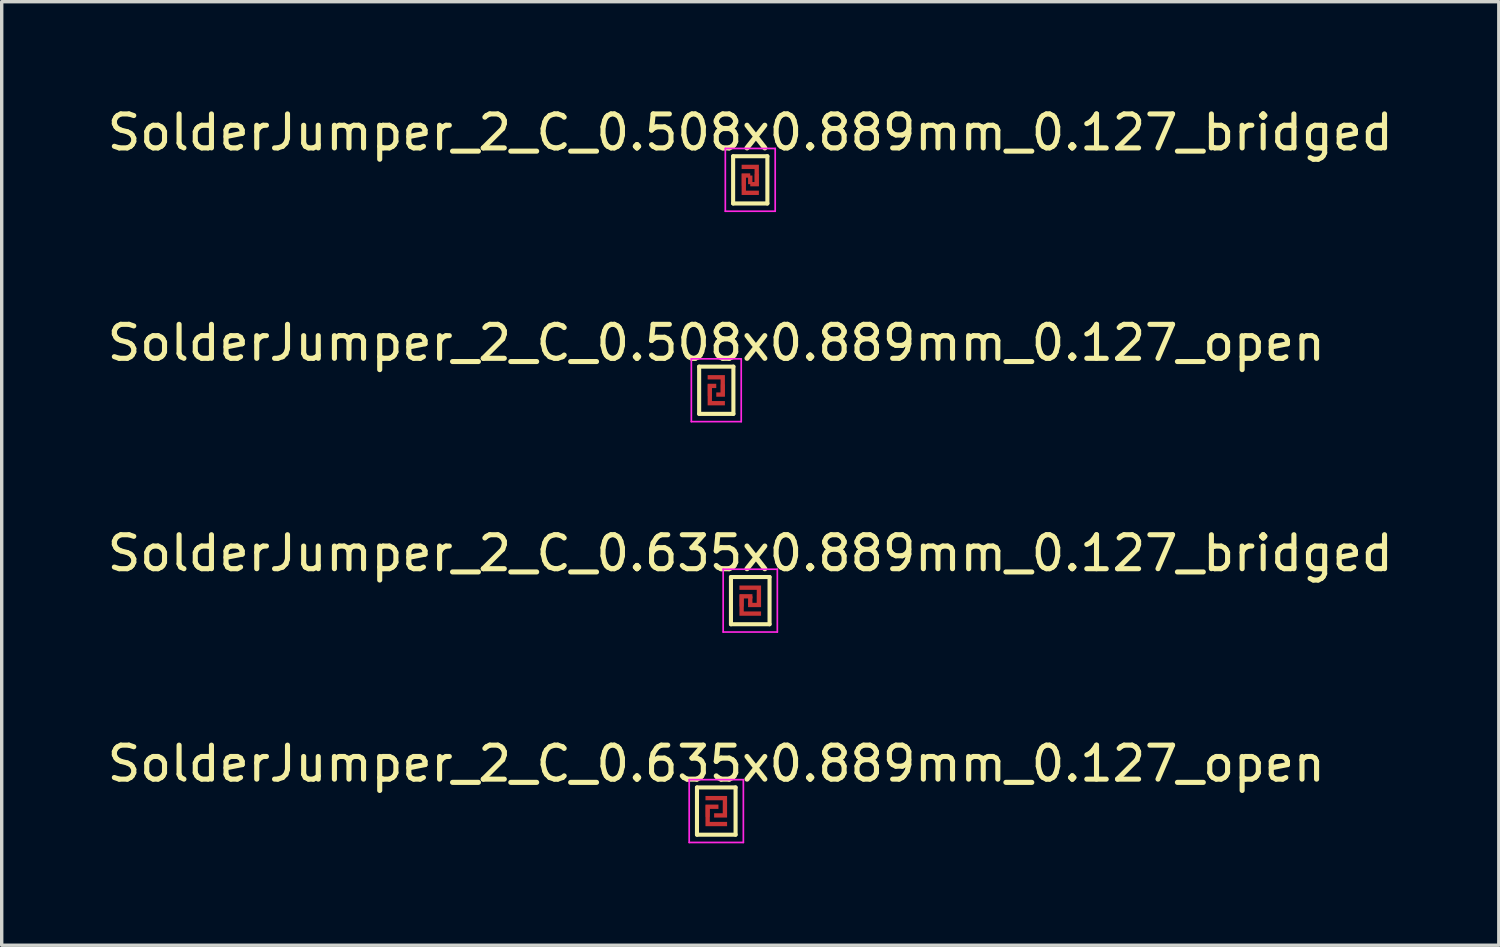
<source format=kicad_pcb>
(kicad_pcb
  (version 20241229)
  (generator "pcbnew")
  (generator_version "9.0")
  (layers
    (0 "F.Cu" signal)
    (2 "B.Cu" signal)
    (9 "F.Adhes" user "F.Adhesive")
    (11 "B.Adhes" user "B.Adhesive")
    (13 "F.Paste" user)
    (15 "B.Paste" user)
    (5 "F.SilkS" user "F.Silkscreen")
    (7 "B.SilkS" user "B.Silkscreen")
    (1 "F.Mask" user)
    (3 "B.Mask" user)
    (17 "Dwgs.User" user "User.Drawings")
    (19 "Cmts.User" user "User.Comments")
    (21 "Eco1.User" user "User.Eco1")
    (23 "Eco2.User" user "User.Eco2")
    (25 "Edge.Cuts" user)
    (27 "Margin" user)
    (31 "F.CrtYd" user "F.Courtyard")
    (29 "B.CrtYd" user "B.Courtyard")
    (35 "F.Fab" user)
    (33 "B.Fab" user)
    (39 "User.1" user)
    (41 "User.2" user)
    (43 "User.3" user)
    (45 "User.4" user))
  (footprint "SolderJumper_2_C_0.508x0.889mm_0.127_bridged"
    (layer "F.Cu")
    (at 19.03 2.243)
    (property "Reference" "SolderJumper_2_C_0.508x0.889mm_0.127_bridged" (at 0 -1.395 0) (layer "F.SilkS") (effects (font (size 1 1) (thickness 0.15))))
    (attr through_hole)
    (fp_poly (pts (xy 0.064 0.127) (xy -0.064 0.127) (xy -0.064 -0.127) (xy 0.064 -0.127)) (stroke (width 0) (type solid)) (fill yes) (layer "F.Cu"))
    (fp_poly (pts (xy -0.254 0.445) (xy 0.254 0.445) (xy 0.254 0.318) (xy -0.127 0.318) (xy -0.127 -0.064) (xy 0 -0.064) (xy 0 -0.191) (xy -0.254 -0.191)) (stroke (width 0) (type solid)) (fill yes) (layer "F.Cu"))
    (fp_poly (pts (xy 0.254 -0.445) (xy -0.254 -0.445) (xy -0.254 -0.318) (xy 0.127 -0.318) (xy 0.127 0.064) (xy 0 0.064) (xy 0 0.191) (xy 0.254 0.191)) (stroke (width 0) (type solid)) (fill yes) (layer "F.Cu"))
    (fp_poly (pts (xy 0.318 0.508) (xy -0.318 0.508) (xy -0.318 -0.508) (xy 0.318 -0.508)) (stroke (width 0) (type solid)) (fill yes) (layer "F.Mask"))
    (fp_line (start -0.504 -0.695) (end -0.504 0.695) (stroke (width 0.12) (type solid)) (layer "F.SilkS"))
    (fp_line (start -0.504 0.695) (end 0.504 0.695) (stroke (width 0.12) (type solid)) (layer "F.SilkS"))
    (fp_line (start 0.504 -0.695) (end -0.504 -0.695) (stroke (width 0.12) (type solid)) (layer "F.SilkS"))
    (fp_line (start 0.504 0.695) (end 0.504 -0.695) (stroke (width 0.12) (type solid)) (layer "F.SilkS"))
    (fp_line (start -0.734 -0.924) (end -0.734 0.924) (stroke (width 0.05) (type solid)) (layer "F.CrtYd"))
    (fp_line (start -0.734 0.924) (end 0.734 0.924) (stroke (width 0.05) (type solid)) (layer "F.CrtYd"))
    (fp_line (start 0.734 -0.924) (end -0.734 -0.924) (stroke (width 0.05) (type solid)) (layer "F.CrtYd"))
    (fp_line (start 0.734 0.924) (end 0.734 -0.924) (stroke (width 0.05) (type solid)) (layer "F.CrtYd"))
    (pad "1" smd rect (at -0.191 0) (size 0.114 0.343) (layers "F.Cu"))
    (pad "2" smd rect (at 0.191 0) (size 0.114 0.343) (layers "F.Cu")))
  (footprint "SolderJumper_2_C_0.508x0.889mm_0.127_open"
    (layer "F.Cu")
    (at 18.03 8.435)
    (property "Reference" "SolderJumper_2_C_0.508x0.889mm_0.127_open" (at 0 -1.395 0) (layer "F.SilkS") (effects (font (size 1 1) (thickness 0.15))))
    (attr through_hole)
    (fp_poly (pts (xy -0.254 0.445) (xy 0.254 0.445) (xy 0.254 0.318) (xy -0.127 0.318) (xy -0.127 -0.064) (xy 0 -0.064) (xy 0 -0.191) (xy -0.254 -0.191)) (stroke (width 0) (type solid)) (fill yes) (layer "F.Cu"))
    (fp_poly (pts (xy 0.254 -0.445) (xy -0.254 -0.445) (xy -0.254 -0.318) (xy 0.127 -0.318) (xy 0.127 0.064) (xy 0 0.064) (xy 0 0.191) (xy 0.254 0.191)) (stroke (width 0) (type solid)) (fill yes) (layer "F.Cu"))
    (fp_poly (pts (xy 0.318 0.508) (xy -0.318 0.508) (xy -0.318 -0.508) (xy 0.318 -0.508)) (stroke (width 0) (type solid)) (fill yes) (layer "F.Mask"))
    (fp_line (start -0.504 -0.695) (end -0.504 0.695) (stroke (width 0.12) (type solid)) (layer "F.SilkS"))
    (fp_line (start -0.504 0.695) (end 0.504 0.695) (stroke (width 0.12) (type solid)) (layer "F.SilkS"))
    (fp_line (start 0.504 -0.695) (end -0.504 -0.695) (stroke (width 0.12) (type solid)) (layer "F.SilkS"))
    (fp_line (start 0.504 0.695) (end 0.504 -0.695) (stroke (width 0.12) (type solid)) (layer "F.SilkS"))
    (fp_line (start -0.734 -0.924) (end -0.734 0.924) (stroke (width 0.05) (type solid)) (layer "F.CrtYd"))
    (fp_line (start -0.734 0.924) (end 0.734 0.924) (stroke (width 0.05) (type solid)) (layer "F.CrtYd"))
    (fp_line (start 0.734 -0.924) (end -0.734 -0.924) (stroke (width 0.05) (type solid)) (layer "F.CrtYd"))
    (fp_line (start 0.734 0.924) (end 0.734 -0.924) (stroke (width 0.05) (type solid)) (layer "F.CrtYd"))
    (pad "1" smd rect (at -0.191 0) (size 0.114 0.343) (layers "F.Cu"))
    (pad "2" smd rect (at 0.191 0) (size 0.114 0.343) (layers "F.Cu")))
  (footprint "SolderJumper_2_C_0.635x0.889mm_0.127_bridged"
    (layer "F.Cu")
    (at 19.03 14.627)
    (property "Reference" "SolderJumper_2_C_0.635x0.889mm_0.127_bridged" (at 0 -1.395 0) (layer "F.SilkS") (effects (font (size 1 1) (thickness 0.15))))
    (attr through_hole)
    (fp_poly (pts (xy 0.064 0.127) (xy -0.064 0.127) (xy -0.064 -0.127) (xy 0.064 -0.127)) (stroke (width 0) (type solid)) (fill yes) (layer "F.Cu"))
    (fp_poly (pts (xy -0.318 0.445) (xy 0.318 0.445) (xy 0.318 0.318) (xy -0.191 0.318) (xy -0.191 -0.064) (xy 0.064 -0.064) (xy 0.064 -0.191) (xy -0.318 -0.191)) (stroke (width 0) (type solid)) (fill yes) (layer "F.Cu"))
    (fp_poly (pts (xy 0.318 -0.445) (xy -0.318 -0.445) (xy -0.318 -0.318) (xy 0.191 -0.318) (xy 0.191 0.064) (xy -0.064 0.064) (xy -0.064 0.191) (xy 0.318 0.191)) (stroke (width 0) (type solid)) (fill yes) (layer "F.Cu"))
    (fp_poly (pts (xy 0.381 0.508) (xy -0.381 0.508) (xy -0.381 -0.508) (xy 0.381 -0.508)) (stroke (width 0) (type solid)) (fill yes) (layer "F.Mask"))
    (fp_line (start -0.568 -0.695) (end -0.568 0.695) (stroke (width 0.12) (type solid)) (layer "F.SilkS"))
    (fp_line (start -0.568 0.695) (end 0.568 0.695) (stroke (width 0.12) (type solid)) (layer "F.SilkS"))
    (fp_line (start 0.568 -0.695) (end -0.568 -0.695) (stroke (width 0.12) (type solid)) (layer "F.SilkS"))
    (fp_line (start 0.568 0.695) (end 0.568 -0.695) (stroke (width 0.12) (type solid)) (layer "F.SilkS"))
    (fp_line (start -0.797 -0.924) (end -0.797 0.924) (stroke (width 0.05) (type solid)) (layer "F.CrtYd"))
    (fp_line (start -0.797 0.924) (end 0.797 0.924) (stroke (width 0.05) (type solid)) (layer "F.CrtYd"))
    (fp_line (start 0.797 -0.924) (end -0.797 -0.924) (stroke (width 0.05) (type solid)) (layer "F.CrtYd"))
    (fp_line (start 0.797 0.924) (end 0.797 -0.924) (stroke (width 0.05) (type solid)) (layer "F.CrtYd"))
    (pad "1" smd rect (at -0.254 0) (size 0.114 0.343) (layers "F.Cu"))
    (pad "2" smd rect (at 0.254 0) (size 0.114 0.343) (layers "F.Cu")))
  (footprint "SolderJumper_2_C_0.635x0.889mm_0.127_open"
    (layer "F.Cu")
    (at 18.03 20.82)
    (property "Reference" "SolderJumper_2_C_0.635x0.889mm_0.127_open" (at 0 -1.395 0) (layer "F.SilkS") (effects (font (size 1 1) (thickness 0.15))))
    (attr through_hole)
    (fp_poly (pts (xy -0.318 0.445) (xy 0.318 0.445) (xy 0.318 0.318) (xy -0.191 0.318) (xy -0.191 -0.064) (xy 0.064 -0.064) (xy 0.064 -0.191) (xy -0.318 -0.191)) (stroke (width 0) (type solid)) (fill yes) (layer "F.Cu"))
    (fp_poly (pts (xy 0.318 -0.445) (xy -0.318 -0.445) (xy -0.318 -0.318) (xy 0.191 -0.318) (xy 0.191 0.064) (xy -0.064 0.064) (xy -0.064 0.191) (xy 0.318 0.191)) (stroke (width 0) (type solid)) (fill yes) (layer "F.Cu"))
    (fp_poly (pts (xy 0.381 0.508) (xy -0.381 0.508) (xy -0.381 -0.508) (xy 0.381 -0.508)) (stroke (width 0) (type solid)) (fill yes) (layer "F.Mask"))
    (fp_line (start -0.568 -0.695) (end -0.568 0.695) (stroke (width 0.12) (type solid)) (layer "F.SilkS"))
    (fp_line (start -0.568 0.695) (end 0.568 0.695) (stroke (width 0.12) (type solid)) (layer "F.SilkS"))
    (fp_line (start 0.568 -0.695) (end -0.568 -0.695) (stroke (width 0.12) (type solid)) (layer "F.SilkS"))
    (fp_line (start 0.568 0.695) (end 0.568 -0.695) (stroke (width 0.12) (type solid)) (layer "F.SilkS"))
    (fp_line (start -0.797 -0.924) (end -0.797 0.924) (stroke (width 0.05) (type solid)) (layer "F.CrtYd"))
    (fp_line (start -0.797 0.924) (end 0.797 0.924) (stroke (width 0.05) (type solid)) (layer "F.CrtYd"))
    (fp_line (start 0.797 -0.924) (end -0.797 -0.924) (stroke (width 0.05) (type solid)) (layer "F.CrtYd"))
    (fp_line (start 0.797 0.924) (end 0.797 -0.924) (stroke (width 0.05) (type solid)) (layer "F.CrtYd"))
    (pad "1" smd rect (at -0.254 0) (size 0.114 0.343) (layers "F.Cu"))
    (pad "2" smd rect (at 0.254 0) (size 0.114 0.343) (layers "F.Cu")))
  (gr_rect
    (start -3 -3)
    (end 41.06 24.769)
    (stroke (width 0.1) (type default))
    (fill no)
    (layer "Edge.Cuts")))
</source>
